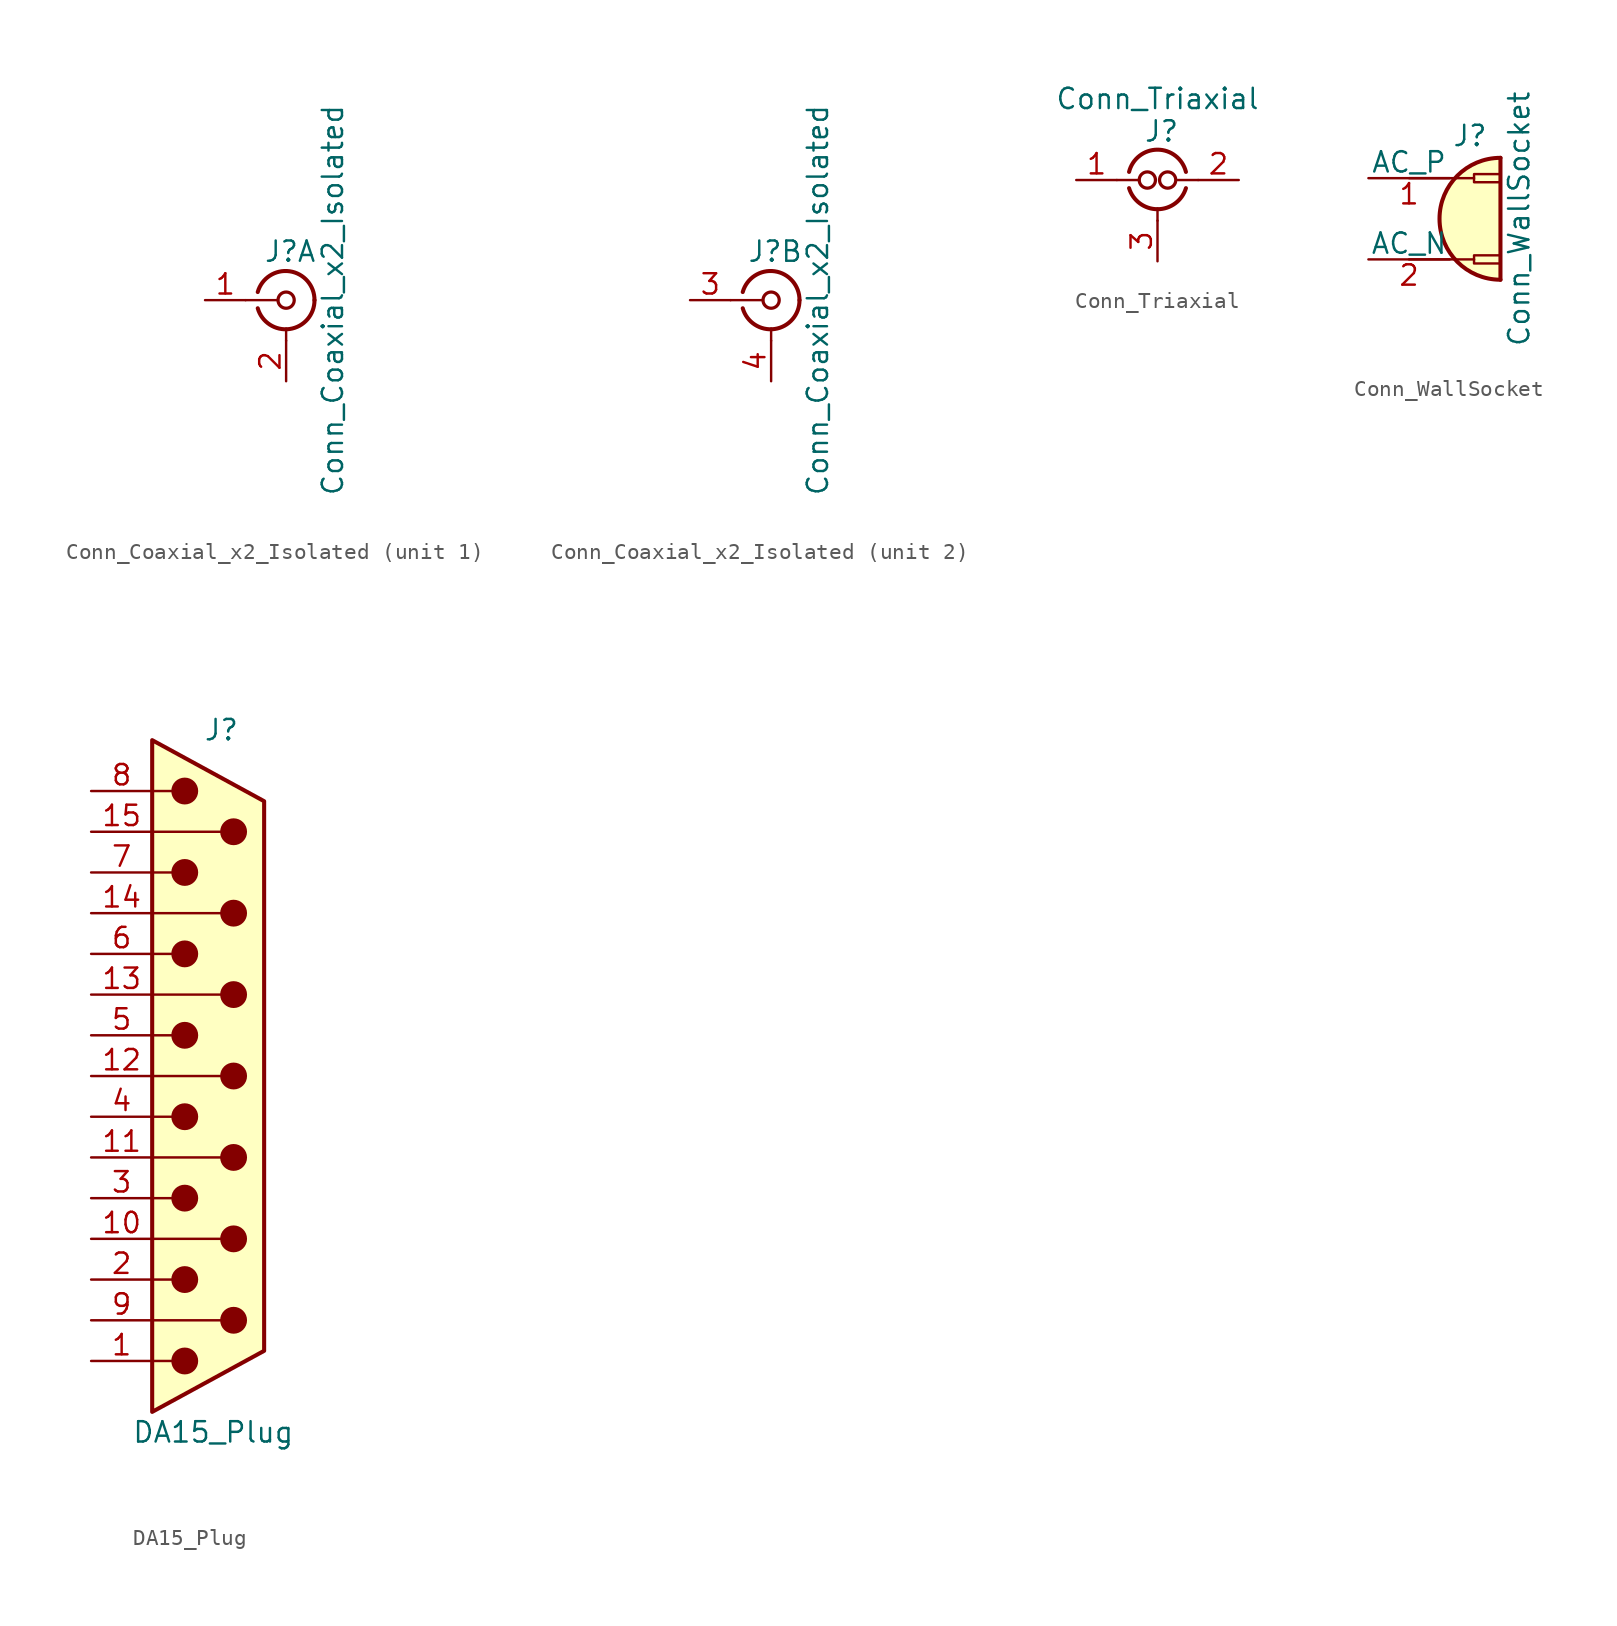
<source format=kicad_sym>
(kicad_symbol_lib
  (version 20241209)
  (generator "kicad_symbol_editor")
  (generator_version "9.0")
  (symbol "Conn_Coaxial_x2_Isolated"
    (pin_names
      (offset 1.016)
      (hide yes))
    (property "Reference" "J"
      (at 0.254 3.048 0)
      (effects (font (size 1.27 1.27))))
    (property "Value" "Conn_Coaxial_x2_Isolated"
      (at 2.921 0 90)
      (effects (font (size 1.27 1.27))))
    (symbol "Conn_Coaxial_x2_Isolated_0_1"
      (polyline (pts (xy -2.54 0) (xy -0.508 0)) (stroke (width 0) (type default)) (fill (type none)))
      (arc (start 1.778 0) (mid 0.222 -1.8079) (end -1.778 -0.508) (stroke (width 0.254) (type default)) (fill (type none)))
      (arc (start -1.778 0.508) (mid 0.2221 1.8084) (end 1.778 0) (stroke (width 0.254) (type default)) (fill (type none)))
      (circle (center 0 0) (radius 0.508) (stroke (width 0.203) (type default)) (fill (type none)))
      (polyline (pts (xy 0 -2.54) (xy 0 -1.778)) (stroke (width 0) (type default)) (fill (type none))))
    (symbol "Conn_Coaxial_x2_Isolated_1_1"
      (pin passive line (at -5.08 0 0) (length 2.54) (name "In1" (effects (font (size 1.27 1.27)))) (number "1" (effects (font (size 1.27 1.27)))))
      (pin passive line (at 0 -5.08 90) (length 2.54) (name "Ext1" (effects (font (size 1.27 1.27)))) (number "2" (effects (font (size 1.27 1.27))))))
    (symbol "Conn_Coaxial_x2_Isolated_2_1"
      (pin passive line (at -5.08 0 0) (length 2.54) (name "In2" (effects (font (size 1.27 1.27)))) (number "3" (effects (font (size 1.27 1.27)))))
      (pin passive line (at 0 -5.08 90) (length 2.54) (name "Ext2" (effects (font (size 1.27 1.27)))) (number "4" (effects (font (size 1.27 1.27)))))))
  (symbol "Conn_Triaxial"
    (pin_names
      (hide yes))
    (property "Reference" "J"
      (at 0.254 5.588 0)
      (effects (font (size 1.27 1.27))))
    (property "Value" "Conn_Triaxial"
      (at 0 7.62 0)
      (effects (font (size 1.27 1.27))))
    (symbol "Conn_Triaxial_0_1"
      (polyline (pts (xy -2.54 2.54) (xy -1.143 2.54)) (stroke (width 0) (type default)) (fill (type none)))
      (circle (center -0.635 2.54) (radius 0.508) (stroke (width 0.203) (type default)) (fill (type none)))
      (arc (start -1.778 3.048) (mid 0 4.4383) (end 1.778 3.048) (stroke (width 0.254) (type default)) (fill (type none)))
      (arc (start 1.778 2.032) (mid 0 0.7152) (end -1.778 2.032) (stroke (width 0.254) (type default)) (fill (type none)))
      (polyline (pts (xy 0 0) (xy 0 0.762)) (stroke (width 0) (type default)) (fill (type none)))
      (circle (center 0.635 2.54) (radius 0.508) (stroke (width 0.203) (type default)) (fill (type none)))
      (polyline (pts (xy 1.27 2.54) (xy 2.54 2.54)) (stroke (width 0) (type default)) (fill (type none))))
    (symbol "Conn_Triaxial_1_1"
      (pin passive line (at -5.08 2.54 0) (length 2.54) (name "In1" (effects (font (size 1.27 1.27)))) (number "1" (effects (font (size 1.27 1.27)))))
      (pin passive line (at 0 -2.54 90) (length 2.54) (name "Ext" (effects (font (size 1.27 1.27)))) (number "3" (effects (font (size 1.27 1.27)))))
      (pin passive line (at 5.08 2.54 180) (length 2.54) (name "In2" (effects (font (size 1.27 1.27)))) (number "2" (effects (font (size 1.27 1.27)))))))
  (symbol "Conn_WallSocket"
    (pin_names
      (offset 0))
    (property "Reference" "J"
      (at 1.27 4.445 0)
      (effects (font (size 1.27 1.27)) (justify bottom)))
    (property "Value" "Conn_WallSocket"
      (at 5.08 0 90)
      (effects (font (size 1.27 1.27)) (justify bottom)))
    (symbol "Conn_WallSocket_0_1"
      (polyline (pts (xy 1.524 2.54) (xy -2.54 2.54)) (stroke (width 0) (type default)) (fill (type none)))
      (polyline (pts (xy 1.524 -2.54) (xy -2.54 -2.54)) (stroke (width 0) (type default)) (fill (type none)))
      (rectangle (start 3.175 2.286) (end 1.524 2.794) (stroke (width 0) (type default)) (fill (type none)))
      (rectangle (start 3.175 -2.794) (end 1.524 -2.286) (stroke (width 0) (type default)) (fill (type none)))
      (polyline (pts (xy 3.175 -3.81) (xy 3.175 3.81)) (stroke (width 0.254) (type default)) (fill (type none)))
      (arc (start 3.175 -3.81) (mid -0.6184 0) (end 3.175 3.81) (stroke (width 0.254) (type default)) (fill (type background))))
    (symbol "Conn_WallSocket_1_1"
      (pin power_in line (at -5.08 2.54 0) (length 5.08) (name "AC_P" (effects (font (size 1.27 1.27)))) (number "1" (effects (font (size 1.27 1.27)))))
      (pin power_in line (at -5.08 -2.54 0) (length 5.08) (name "AC_N" (effects (font (size 1.27 1.27)))) (number "2" (effects (font (size 1.27 1.27)))))))
  (symbol "DA15_Plug"
    (pin_names
      (offset 1.016)
      (hide yes))
    (property "Reference" "J"
      (at 0.508 21.59 0)
      (effects (font (size 1.27 1.27))))
    (property "Value" "DA15_Plug"
      (at 0 -22.225 0)
      (effects (font (size 1.27 1.27))))
    (symbol "DA15_Plug_0_1"
      (polyline (pts (xy -3.81 17.78) (xy -2.54 17.78)) (stroke (width 0) (type default)) (fill (type none)))
      (polyline (pts (xy -3.81 15.24) (xy 0.508 15.24)) (stroke (width 0) (type default)) (fill (type none)))
      (polyline (pts (xy -3.81 12.7) (xy -2.54 12.7)) (stroke (width 0) (type default)) (fill (type none)))
      (polyline (pts (xy -3.81 10.16) (xy 0.508 10.16)) (stroke (width 0) (type default)) (fill (type none)))
      (polyline (pts (xy -3.81 7.62) (xy -2.54 7.62)) (stroke (width 0) (type default)) (fill (type none)))
      (polyline (pts (xy -3.81 5.08) (xy 0.508 5.08)) (stroke (width 0) (type default)) (fill (type none)))
      (polyline (pts (xy -3.81 2.54) (xy -2.54 2.54)) (stroke (width 0) (type default)) (fill (type none)))
      (polyline (pts (xy -3.81 0) (xy 0.508 0)) (stroke (width 0) (type default)) (fill (type none)))
      (polyline (pts (xy -3.81 -2.54) (xy -2.54 -2.54)) (stroke (width 0) (type default)) (fill (type none)))
      (polyline (pts (xy -3.81 -5.08) (xy 0.508 -5.08)) (stroke (width 0) (type default)) (fill (type none)))
      (polyline (pts (xy -3.81 -7.62) (xy -2.54 -7.62)) (stroke (width 0) (type default)) (fill (type none)))
      (polyline (pts (xy -3.81 -10.16) (xy 0.508 -10.16)) (stroke (width 0) (type default)) (fill (type none)))
      (polyline (pts (xy -3.81 -12.7) (xy -2.54 -12.7)) (stroke (width 0) (type default)) (fill (type none)))
      (polyline (pts (xy -3.81 -15.24) (xy 0.508 -15.24)) (stroke (width 0) (type default)) (fill (type none)))
      (polyline (pts (xy -3.81 -17.78) (xy -2.54 -17.78)) (stroke (width 0) (type default)) (fill (type none)))
      (polyline (pts (xy -3.81 -20.955) (xy 3.175 -17.145) (xy 3.175 17.145) (xy -3.81 20.955) (xy -3.81 -20.955)) (stroke (width 0.254) (type default)) (fill (type background)))
      (circle (center -1.778 17.78) (radius 0.762) (stroke (width 0) (type default)) (fill (type outline)))
      (circle (center -1.778 12.7) (radius 0.762) (stroke (width 0) (type default)) (fill (type outline)))
      (circle (center -1.778 7.62) (radius 0.762) (stroke (width 0) (type default)) (fill (type outline)))
      (circle (center -1.778 2.54) (radius 0.762) (stroke (width 0) (type default)) (fill (type outline)))
      (circle (center -1.778 -2.54) (radius 0.762) (stroke (width 0) (type default)) (fill (type outline)))
      (circle (center -1.778 -7.62) (radius 0.762) (stroke (width 0) (type default)) (fill (type outline)))
      (circle (center -1.778 -12.7) (radius 0.762) (stroke (width 0) (type default)) (fill (type outline)))
      (circle (center -1.778 -17.78) (radius 0.762) (stroke (width 0) (type default)) (fill (type outline)))
      (circle (center 1.27 15.24) (radius 0.762) (stroke (width 0) (type default)) (fill (type outline)))
      (circle (center 1.27 10.16) (radius 0.762) (stroke (width 0) (type default)) (fill (type outline)))
      (circle (center 1.27 5.08) (radius 0.762) (stroke (width 0) (type default)) (fill (type outline)))
      (circle (center 1.27 0) (radius 0.762) (stroke (width 0) (type default)) (fill (type outline)))
      (circle (center 1.27 -5.08) (radius 0.762) (stroke (width 0) (type default)) (fill (type outline)))
      (circle (center 1.27 -10.16) (radius 0.762) (stroke (width 0) (type default)) (fill (type outline)))
      (circle (center 1.27 -15.24) (radius 0.762) (stroke (width 0) (type default)) (fill (type outline))))
    (symbol "DA15_Plug_1_1"
      (pin passive line (at -7.62 17.78 0) (length 3.81) (name "8" (effects (font (size 1.27 1.27)))) (number "8" (effects (font (size 1.27 1.27)))))
      (pin passive line (at -7.62 15.24 0) (length 3.81) (name "P15" (effects (font (size 1.27 1.27)))) (number "15" (effects (font (size 1.27 1.27)))))
      (pin passive line (at -7.62 12.7 0) (length 3.81) (name "7" (effects (font (size 1.27 1.27)))) (number "7" (effects (font (size 1.27 1.27)))))
      (pin passive line (at -7.62 10.16 0) (length 3.81) (name "P14" (effects (font (size 1.27 1.27)))) (number "14" (effects (font (size 1.27 1.27)))))
      (pin passive line (at -7.62 7.62 0) (length 3.81) (name "6" (effects (font (size 1.27 1.27)))) (number "6" (effects (font (size 1.27 1.27)))))
      (pin passive line (at -7.62 5.08 0) (length 3.81) (name "P13" (effects (font (size 1.27 1.27)))) (number "13" (effects (font (size 1.27 1.27)))))
      (pin passive line (at -7.62 2.54 0) (length 3.81) (name "5" (effects (font (size 1.27 1.27)))) (number "5" (effects (font (size 1.27 1.27)))))
      (pin passive line (at -7.62 0 0) (length 3.81) (name "P12" (effects (font (size 1.27 1.27)))) (number "12" (effects (font (size 1.27 1.27)))))
      (pin passive line (at -7.62 -2.54 0) (length 3.81) (name "4" (effects (font (size 1.27 1.27)))) (number "4" (effects (font (size 1.27 1.27)))))
      (pin passive line (at -7.62 -5.08 0) (length 3.81) (name "P111" (effects (font (size 1.27 1.27)))) (number "11" (effects (font (size 1.27 1.27)))))
      (pin passive line (at -7.62 -7.62 0) (length 3.81) (name "3" (effects (font (size 1.27 1.27)))) (number "3" (effects (font (size 1.27 1.27)))))
      (pin passive line (at -7.62 -10.16 0) (length 3.81) (name "P10" (effects (font (size 1.27 1.27)))) (number "10" (effects (font (size 1.27 1.27)))))
      (pin passive line (at -7.62 -12.7 0) (length 3.81) (name "2" (effects (font (size 1.27 1.27)))) (number "2" (effects (font (size 1.27 1.27)))))
      (pin passive line (at -7.62 -15.24 0) (length 3.81) (name "P9" (effects (font (size 1.27 1.27)))) (number "9" (effects (font (size 1.27 1.27)))))
      (pin passive line (at -7.62 -17.78 0) (length 3.81) (name "1" (effects (font (size 1.27 1.27)))) (number "1" (effects (font (size 1.27 1.27))))))))
</source>
